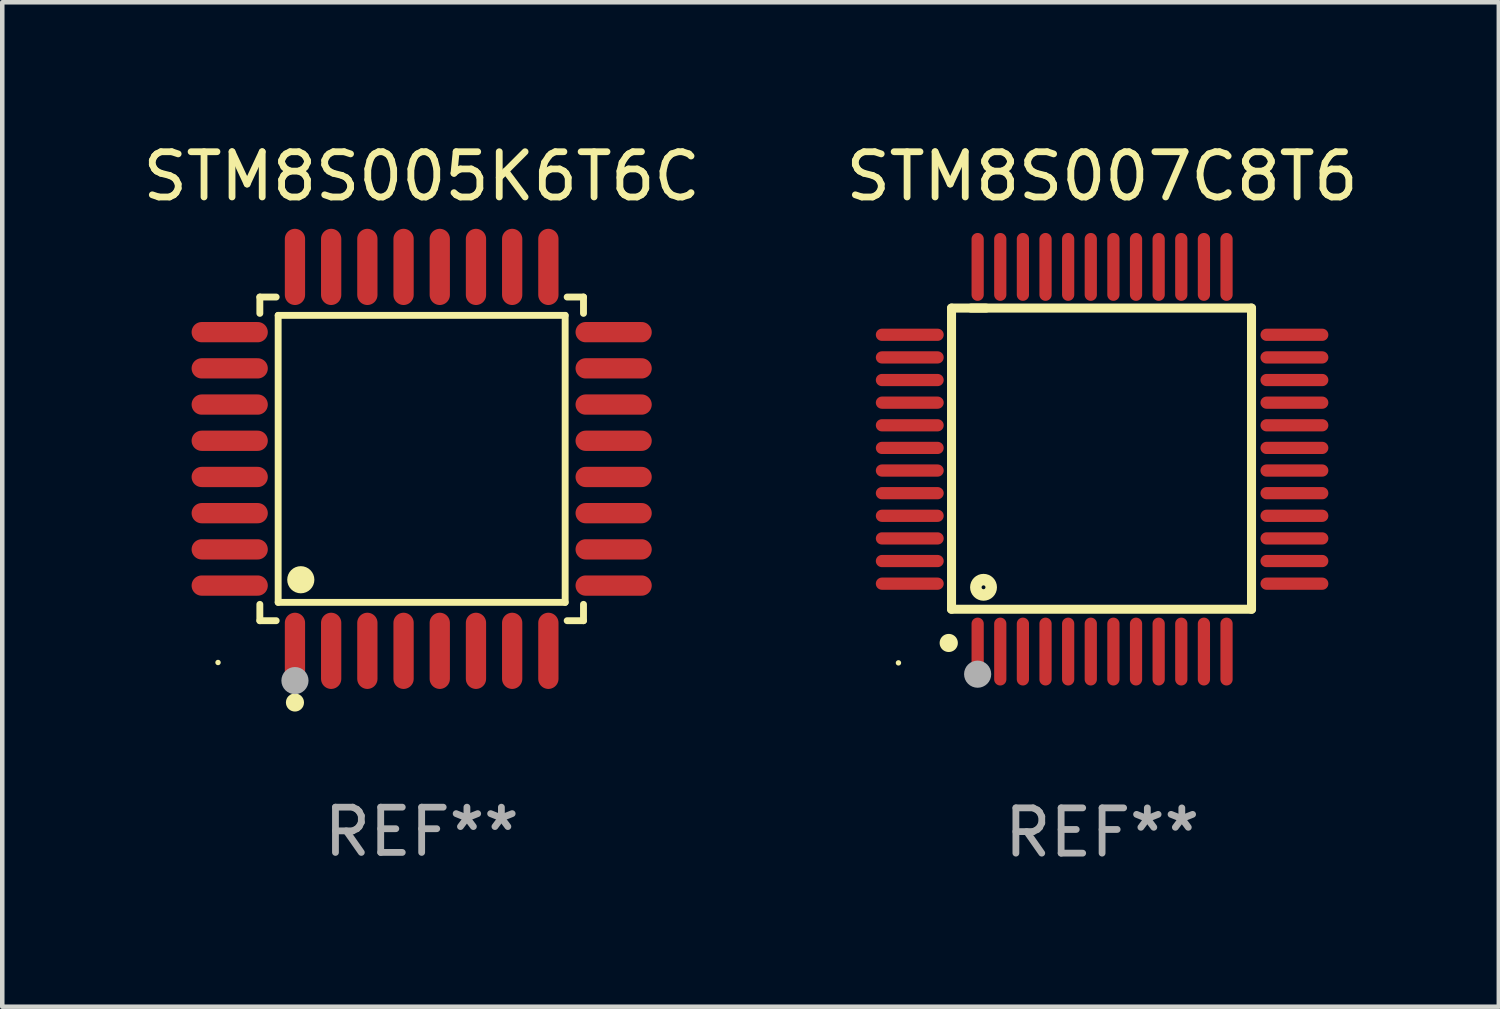
<source format=kicad_pcb>
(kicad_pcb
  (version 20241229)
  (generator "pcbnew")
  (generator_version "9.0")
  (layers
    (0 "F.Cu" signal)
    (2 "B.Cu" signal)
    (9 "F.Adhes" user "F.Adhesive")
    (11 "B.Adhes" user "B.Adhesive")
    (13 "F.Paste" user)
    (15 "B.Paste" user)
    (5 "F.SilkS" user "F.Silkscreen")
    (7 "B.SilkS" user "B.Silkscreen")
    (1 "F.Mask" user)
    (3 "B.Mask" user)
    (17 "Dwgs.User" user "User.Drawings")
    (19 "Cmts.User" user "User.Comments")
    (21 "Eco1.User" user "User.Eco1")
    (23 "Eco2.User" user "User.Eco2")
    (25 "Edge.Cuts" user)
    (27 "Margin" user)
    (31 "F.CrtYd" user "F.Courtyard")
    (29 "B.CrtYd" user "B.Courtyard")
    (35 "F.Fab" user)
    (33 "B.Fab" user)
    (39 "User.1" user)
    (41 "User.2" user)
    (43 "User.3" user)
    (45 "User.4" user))
  (footprint "STM8S007C8T6"
    (layer "F.Cu")
    (at 21.304 7.098)
    (property "Reference" "STM8S007C8T6" (at 0 -6.25 0) (layer "F.SilkS") (effects (font (size 1 1) (thickness 0.15))))
    (attr through_hole)
    (fp_line (start -3.327 -3.34) (end -2.565 -3.34) (stroke (width 0.2) (type solid)) (layer "F.SilkS"))
    (fp_line (start -3.327 3.315) (end -3.327 -3.34) (stroke (width 0.2) (type solid)) (layer "F.SilkS"))
    (fp_line (start -2.896 -3.34) (end 3.302 -3.34) (stroke (width 0.2) (type solid)) (layer "F.SilkS"))
    (fp_line (start 3.302 -3.34) (end 3.302 3.315) (stroke (width 0.2) (type solid)) (layer "F.SilkS"))
    (fp_line (start 3.302 3.315) (end -3.327 3.315) (stroke (width 0.2) (type solid)) (layer "F.SilkS"))
    (fp_arc (start -3.389992 4.059995) (mid -3.388722 4.059991) (end -3.387452 4.059995) (stroke (width 0.4) (type solid)) (layer "F.SilkS"))
    (fp_circle (center -4.5 4.5) (end -4.47 4.5) (stroke (width 0.06) (type solid)) (fill no) (layer "F.SilkS"))
    (fp_circle (center -2.62 2.83) (end -2.45 2.83) (stroke (width 0.254) (type solid)) (fill no) (layer "F.SilkS"))
    (fp_circle (center -2.75 4.75) (end -2.6 4.75) (stroke (width 0.3) (type solid)) (fill no) (layer "F.Fab"))
    (fp_text user "REF**" (at 0 8.25 0) (layer "F.Fab") (effects (font (size 1 1) (thickness 0.15))))
    (pad "1" smd oval (at -2.75 4.25) (size 0.27 1.5) (layers "F.Cu" "F.Mask" "F.Paste"))
    (pad "2" smd oval (at -2.25 4.25) (size 0.27 1.5) (layers "F.Cu" "F.Mask" "F.Paste"))
    (pad "3" smd oval (at -1.75 4.25) (size 0.27 1.5) (layers "F.Cu" "F.Mask" "F.Paste"))
    (pad "4" smd oval (at -1.25 4.25) (size 0.27 1.5) (layers "F.Cu" "F.Mask" "F.Paste"))
    (pad "5" smd oval (at -0.75 4.25) (size 0.27 1.5) (layers "F.Cu" "F.Mask" "F.Paste"))
    (pad "6" smd oval (at -0.25 4.25) (size 0.27 1.5) (layers "F.Cu" "F.Mask" "F.Paste"))
    (pad "7" smd oval (at 0.25 4.25) (size 0.27 1.5) (layers "F.Cu" "F.Mask" "F.Paste"))
    (pad "8" smd oval (at 0.75 4.25) (size 0.27 1.5) (layers "F.Cu" "F.Mask" "F.Paste"))
    (pad "9" smd oval (at 1.25 4.25) (size 0.27 1.5) (layers "F.Cu" "F.Mask" "F.Paste"))
    (pad "10" smd oval (at 1.75 4.25) (size 0.27 1.5) (layers "F.Cu" "F.Mask" "F.Paste"))
    (pad "11" smd oval (at 2.25 4.25) (size 0.27 1.5) (layers "F.Cu" "F.Mask" "F.Paste"))
    (pad "12" smd oval (at 2.75 4.25) (size 0.27 1.5) (layers "F.Cu" "F.Mask" "F.Paste"))
    (pad "13" smd oval (at 4.25 2.75) (size 1.5 0.27) (layers "F.Cu" "F.Mask" "F.Paste"))
    (pad "14" smd oval (at 4.25 2.25) (size 1.5 0.27) (layers "F.Cu" "F.Mask" "F.Paste"))
    (pad "15" smd oval (at 4.25 1.75) (size 1.5 0.27) (layers "F.Cu" "F.Mask" "F.Paste"))
    (pad "16" smd oval (at 4.25 1.25) (size 1.5 0.27) (layers "F.Cu" "F.Mask" "F.Paste"))
    (pad "17" smd oval (at 4.25 0.75) (size 1.5 0.27) (layers "F.Cu" "F.Mask" "F.Paste"))
    (pad "18" smd oval (at 4.25 0.25) (size 1.5 0.27) (layers "F.Cu" "F.Mask" "F.Paste"))
    (pad "19" smd oval (at 4.25 -0.25) (size 1.5 0.27) (layers "F.Cu" "F.Mask" "F.Paste"))
    (pad "20" smd oval (at 4.25 -0.75) (size 1.5 0.27) (layers "F.Cu" "F.Mask" "F.Paste"))
    (pad "21" smd oval (at 4.25 -1.25) (size 1.5 0.27) (layers "F.Cu" "F.Mask" "F.Paste"))
    (pad "22" smd oval (at 4.25 -1.75) (size 1.5 0.27) (layers "F.Cu" "F.Mask" "F.Paste"))
    (pad "23" smd oval (at 4.25 -2.25) (size 1.5 0.27) (layers "F.Cu" "F.Mask" "F.Paste"))
    (pad "24" smd oval (at 4.25 -2.75) (size 1.5 0.27) (layers "F.Cu" "F.Mask" "F.Paste"))
    (pad "25" smd oval (at 2.75 -4.25) (size 0.27 1.5) (layers "F.Cu" "F.Mask" "F.Paste"))
    (pad "26" smd oval (at 2.25 -4.25) (size 0.27 1.5) (layers "F.Cu" "F.Mask" "F.Paste"))
    (pad "27" smd oval (at 1.75 -4.25) (size 0.27 1.5) (layers "F.Cu" "F.Mask" "F.Paste"))
    (pad "28" smd oval (at 1.25 -4.25) (size 0.27 1.5) (layers "F.Cu" "F.Mask" "F.Paste"))
    (pad "29" smd oval (at 0.75 -4.25) (size 0.27 1.5) (layers "F.Cu" "F.Mask" "F.Paste"))
    (pad "30" smd oval (at 0.25 -4.25) (size 0.27 1.5) (layers "F.Cu" "F.Mask" "F.Paste"))
    (pad "31" smd oval (at -0.25 -4.25) (size 0.27 1.5) (layers "F.Cu" "F.Mask" "F.Paste"))
    (pad "32" smd oval (at -0.75 -4.25) (size 0.27 1.5) (layers "F.Cu" "F.Mask" "F.Paste"))
    (pad "33" smd oval (at -1.25 -4.25) (size 0.27 1.5) (layers "F.Cu" "F.Mask" "F.Paste"))
    (pad "34" smd oval (at -1.75 -4.25) (size 0.27 1.5) (layers "F.Cu" "F.Mask" "F.Paste"))
    (pad "35" smd oval (at -2.25 -4.25) (size 0.27 1.5) (layers "F.Cu" "F.Mask" "F.Paste"))
    (pad "36" smd oval (at -2.75 -4.25) (size 0.27 1.5) (layers "F.Cu" "F.Mask" "F.Paste"))
    (pad "37" smd oval (at -4.25 -2.75) (size 1.5 0.27) (layers "F.Cu" "F.Mask" "F.Paste"))
    (pad "38" smd oval (at -4.25 -2.25) (size 1.5 0.27) (layers "F.Cu" "F.Mask" "F.Paste"))
    (pad "39" smd oval (at -4.25 -1.75) (size 1.5 0.27) (layers "F.Cu" "F.Mask" "F.Paste"))
    (pad "40" smd oval (at -4.25 -1.25) (size 1.5 0.27) (layers "F.Cu" "F.Mask" "F.Paste"))
    (pad "41" smd oval (at -4.25 -0.75) (size 1.5 0.27) (layers "F.Cu" "F.Mask" "F.Paste"))
    (pad "42" smd oval (at -4.25 -0.25) (size 1.5 0.27) (layers "F.Cu" "F.Mask" "F.Paste"))
    (pad "43" smd oval (at -4.25 0.25) (size 1.5 0.27) (layers "F.Cu" "F.Mask" "F.Paste"))
    (pad "44" smd oval (at -4.25 0.75) (size 1.5 0.27) (layers "F.Cu" "F.Mask" "F.Paste"))
    (pad "45" smd oval (at -4.25 1.25) (size 1.5 0.27) (layers "F.Cu" "F.Mask" "F.Paste"))
    (pad "46" smd oval (at -4.25 1.75) (size 1.5 0.27) (layers "F.Cu" "F.Mask" "F.Paste"))
    (pad "47" smd oval (at -4.25 2.25) (size 1.5 0.27) (layers "F.Cu" "F.Mask" "F.Paste"))
    (pad "48" smd oval (at -4.25 2.75) (size 1.5 0.27) (layers "F.Cu" "F.Mask" "F.Paste")))
  (footprint "STM8S005K6T6C"
    (layer "F.Cu")
    (at 6.268 7.09)
    (property "Reference" "STM8S005K6T6C" (at 0 -6.242 0) (layer "F.SilkS") (effects (font (size 1 1) (thickness 0.15))))
    (attr through_hole)
    (fp_line (start -3.576 -3.576) (end -3.215 -3.576) (stroke (width 0.152) (type solid)) (layer "F.SilkS"))
    (fp_line (start -3.576 -3.215) (end -3.576 -3.576) (stroke (width 0.152) (type solid)) (layer "F.SilkS"))
    (fp_line (start -3.576 3.215) (end -3.576 3.576) (stroke (width 0.152) (type solid)) (layer "F.SilkS"))
    (fp_line (start -3.576 3.576) (end -3.215 3.576) (stroke (width 0.152) (type solid)) (layer "F.SilkS"))
    (fp_line (start -3.171 -3.171) (end 3.171 -3.171) (stroke (width 0.152) (type solid)) (layer "F.SilkS"))
    (fp_line (start -3.171 3.171) (end -3.171 -3.171) (stroke (width 0.152) (type solid)) (layer "F.SilkS"))
    (fp_line (start 3.171 -3.171) (end 3.171 3.171) (stroke (width 0.152) (type solid)) (layer "F.SilkS"))
    (fp_line (start 3.171 3.171) (end -3.171 3.171) (stroke (width 0.152) (type solid)) (layer "F.SilkS"))
    (fp_line (start 3.576 -3.576) (end 3.215 -3.576) (stroke (width 0.152) (type solid)) (layer "F.SilkS"))
    (fp_line (start 3.576 -3.215) (end 3.576 -3.576) (stroke (width 0.152) (type solid)) (layer "F.SilkS"))
    (fp_line (start 3.576 3.215) (end 3.576 3.576) (stroke (width 0.152) (type solid)) (layer "F.SilkS"))
    (fp_line (start 3.576 3.576) (end 3.215 3.576) (stroke (width 0.152) (type solid)) (layer "F.SilkS"))
    (fp_circle (center -4.5 4.5) (end -4.47 4.5) (stroke (width 0.06) (type solid)) (fill no) (layer "F.SilkS"))
    (fp_circle (center -2.8 5.384) (end -2.7 5.384) (stroke (width 0.2) (type solid)) (fill no) (layer "F.SilkS"))
    (fp_circle (center -2.671 2.671) (end -2.521 2.671) (stroke (width 0.3) (type solid)) (fill no) (layer "F.SilkS"))
    (fp_circle (center -2.8 4.9) (end -2.65 4.9) (stroke (width 0.3) (type solid)) (fill no) (layer "F.Fab"))
    (fp_text user "REF**" (at 0 8.242 0) (layer "F.Fab") (effects (font (size 1 1) (thickness 0.15))))
    (pad "1" smd oval (at -2.8 4.242) (size 0.448 1.684) (layers "F.Cu" "F.Mask" "F.Paste"))
    (pad "2" smd oval (at -2 4.242) (size 0.448 1.684) (layers "F.Cu" "F.Mask" "F.Paste"))
    (pad "3" smd oval (at -1.2 4.242) (size 0.448 1.684) (layers "F.Cu" "F.Mask" "F.Paste"))
    (pad "4" smd oval (at -0.4 4.242) (size 0.448 1.684) (layers "F.Cu" "F.Mask" "F.Paste"))
    (pad "5" smd oval (at 0.4 4.242) (size 0.448 1.684) (layers "F.Cu" "F.Mask" "F.Paste"))
    (pad "6" smd oval (at 1.2 4.242) (size 0.448 1.684) (layers "F.Cu" "F.Mask" "F.Paste"))
    (pad "7" smd oval (at 2 4.242) (size 0.448 1.684) (layers "F.Cu" "F.Mask" "F.Paste"))
    (pad "8" smd oval (at 2.8 4.242) (size 0.448 1.684) (layers "F.Cu" "F.Mask" "F.Paste"))
    (pad "9" smd oval (at 4.242 2.8) (size 1.684 0.448) (layers "F.Cu" "F.Mask" "F.Paste"))
    (pad "10" smd oval (at 4.242 2) (size 1.684 0.448) (layers "F.Cu" "F.Mask" "F.Paste"))
    (pad "11" smd oval (at 4.242 1.2) (size 1.684 0.448) (layers "F.Cu" "F.Mask" "F.Paste"))
    (pad "12" smd oval (at 4.242 0.4) (size 1.684 0.448) (layers "F.Cu" "F.Mask" "F.Paste"))
    (pad "13" smd oval (at 4.242 -0.4) (size 1.684 0.448) (layers "F.Cu" "F.Mask" "F.Paste"))
    (pad "14" smd oval (at 4.242 -1.2) (size 1.684 0.448) (layers "F.Cu" "F.Mask" "F.Paste"))
    (pad "15" smd oval (at 4.242 -2) (size 1.684 0.448) (layers "F.Cu" "F.Mask" "F.Paste"))
    (pad "16" smd oval (at 4.242 -2.8) (size 1.684 0.448) (layers "F.Cu" "F.Mask" "F.Paste"))
    (pad "17" smd oval (at 2.8 -4.242) (size 0.448 1.684) (layers "F.Cu" "F.Mask" "F.Paste"))
    (pad "18" smd oval (at 2 -4.242) (size 0.448 1.684) (layers "F.Cu" "F.Mask" "F.Paste"))
    (pad "19" smd oval (at 1.2 -4.242) (size 0.448 1.684) (layers "F.Cu" "F.Mask" "F.Paste"))
    (pad "20" smd oval (at 0.4 -4.242) (size 0.448 1.684) (layers "F.Cu" "F.Mask" "F.Paste"))
    (pad "21" smd oval (at -0.4 -4.242) (size 0.448 1.684) (layers "F.Cu" "F.Mask" "F.Paste"))
    (pad "22" smd oval (at -1.2 -4.242) (size 0.448 1.684) (layers "F.Cu" "F.Mask" "F.Paste"))
    (pad "23" smd oval (at -2 -4.242) (size 0.448 1.684) (layers "F.Cu" "F.Mask" "F.Paste"))
    (pad "24" smd oval (at -2.8 -4.242) (size 0.448 1.684) (layers "F.Cu" "F.Mask" "F.Paste"))
    (pad "25" smd oval (at -4.242 -2.8) (size 1.684 0.448) (layers "F.Cu" "F.Mask" "F.Paste"))
    (pad "26" smd oval (at -4.242 -2) (size 1.684 0.448) (layers "F.Cu" "F.Mask" "F.Paste"))
    (pad "27" smd oval (at -4.242 -1.2) (size 1.684 0.448) (layers "F.Cu" "F.Mask" "F.Paste"))
    (pad "28" smd oval (at -4.242 -0.4) (size 1.684 0.448) (layers "F.Cu" "F.Mask" "F.Paste"))
    (pad "29" smd oval (at -4.242 0.4) (size 1.684 0.448) (layers "F.Cu" "F.Mask" "F.Paste"))
    (pad "30" smd oval (at -4.242 1.2) (size 1.684 0.448) (layers "F.Cu" "F.Mask" "F.Paste"))
    (pad "31" smd oval (at -4.242 2) (size 1.684 0.448) (layers "F.Cu" "F.Mask" "F.Paste"))
    (pad "32" smd oval (at -4.242 2.8) (size 1.684 0.448) (layers "F.Cu" "F.Mask" "F.Paste")))
  (gr_rect
    (start -3 -3)
    (end 30.071 19.196)
    (stroke (width 0.1) (type default))
    (fill no)
    (layer "Edge.Cuts")))
</source>
